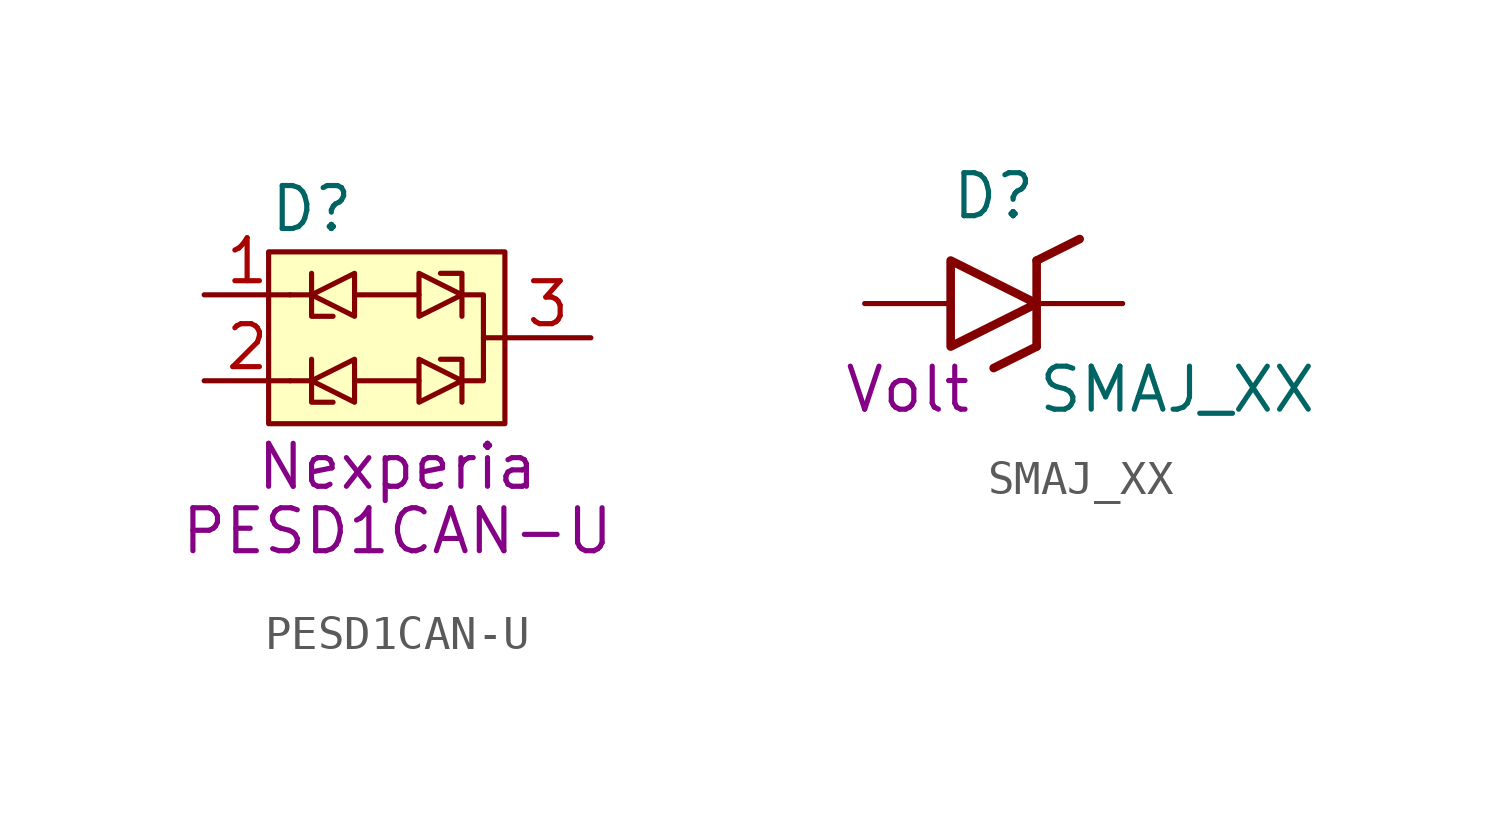
<source format=kicad_sym>
(kicad_symbol_lib
  (version 20211014)
  (generator kicad_symbol_editor)
  (symbol "PESD1CAN-U"
    (pin_names
      (offset 1.016))
    (property "Reference" "D"
      (at -3.81 3.81 0)
      (effects (font (size 1.27 1.27)) (justify left)))
    (property "Manufacturer" "Nexperia"
      (at 0 -3.81 0)
      (effects (font (size 1.27 1.27))))
    (property "MPN" "PESD1CAN-U"
      (at 0 -5.715 0)
      (effects (font (size 1.27 1.27))))
    (symbol "PESD1CAN-U_0_0"
      (pin bidirectional line (at -5.715 1.27 0) (length 2.54) (name "~" (effects (font (size 1.27 1.27)))) (number "1" (effects (font (size 1.27 1.27)))))
      (pin bidirectional line (at -5.715 -1.27 0) (length 2.54) (name "~" (effects (font (size 1.27 1.27)))) (number "2" (effects (font (size 1.27 1.27)))))
      (pin power_in line (at 5.715 0 180) (length 2.54) (name "~" (effects (font (size 1.27 1.27)))) (number "3" (effects (font (size 1.27 1.27))))))
    (symbol "PESD1CAN-U_0_1"
      (rectangle (start -3.81 2.54) (end 3.175 -2.54) (stroke (width 0) (type default) (color 0 0 0 0)) (fill (type background)))
      (polyline (pts (xy -2.54 -1.27) (xy -3.175 -1.27)) (stroke (width 0) (type default) (color 0 0 0 0)) (fill (type none)))
      (polyline (pts (xy -2.54 1.27) (xy -3.175 1.27)) (stroke (width 0) (type default) (color 0 0 0 0)) (fill (type none)))
      (polyline (pts (xy -1.27 -1.27) (xy 0.635 -1.27)) (stroke (width 0) (type default) (color 0 0 0 0)) (fill (type none)))
      (polyline (pts (xy -1.27 1.27) (xy 0.635 1.27)) (stroke (width 0) (type default) (color 0 0 0 0)) (fill (type none)))
      (polyline (pts (xy 2.54 0) (xy 3.175 0)) (stroke (width 0) (type default) (color 0 0 0 0)) (fill (type none)))
      (polyline (pts (xy -2.54 -0.635) (xy -2.54 -1.905) (xy -1.905 -1.905)) (stroke (width 0) (type default) (color 0 0 0 0)) (fill (type none)))
      (polyline (pts (xy -2.54 1.905) (xy -2.54 0.635) (xy -1.905 0.635)) (stroke (width 0) (type default) (color 0 0 0 0)) (fill (type none)))
      (polyline (pts (xy 1.905 -1.905) (xy 1.905 -0.635) (xy 1.27 -0.635)) (stroke (width 0) (type default) (color 0 0 0 0)) (fill (type none)))
      (polyline (pts (xy 1.905 0.635) (xy 1.905 1.905) (xy 1.27 1.905)) (stroke (width 0) (type default) (color 0 0 0 0)) (fill (type none)))
      (polyline (pts (xy -1.27 -0.635) (xy -1.27 -1.905) (xy -2.54 -1.27) (xy -1.27 -0.635)) (stroke (width 0) (type default) (color 0 0 0 0)) (fill (type none)))
      (polyline (pts (xy 0.635 -0.635) (xy 0.635 -1.905) (xy 1.905 -1.27) (xy 0.635 -0.635)) (stroke (width 0) (type default) (color 0 0 0 0)) (fill (type none)))
      (polyline (pts (xy 0.635 1.905) (xy 0.635 0.635) (xy 1.905 1.27) (xy 0.635 1.905)) (stroke (width 0) (type default) (color 0 0 0 0)) (fill (type none)))
      (polyline (pts (xy 1.905 1.27) (xy 2.54 1.27) (xy 2.54 -1.27) (xy 1.905 -1.27)) (stroke (width 0) (type default) (color 0 0 0 0)) (fill (type none)))
      (polyline (pts (xy -1.27 1.905) (xy -2.54 1.27) (xy -1.27 0.635) (xy -1.27 1.27) (xy -1.27 1.905)) (stroke (width 0) (type default) (color 0 0 0 0)) (fill (type none)))))
  (symbol "SMAJ_XX"
    (pin_numbers hide)
    (pin_names
      (offset 1.016) hide)
    (property "Reference" "D"
      (at 0 3.175 0)
      (effects (font (size 1.27 1.27))))
    (property "Value" "SMAJ_XX"
      (at 1.27 -2.54 0)
      (effects (font (size 1.27 1.27)) (justify left)))
    (property "Voltage" "Volt"
      (at -2.54 -2.54 0)
      (effects (font (size 1.27 1.27))))
    (symbol "SMAJ_XX_0_1"
      (polyline (pts (xy 1.27 -1.27) (xy 0 -1.905)) (stroke (width 0.254) (type default) (color 0 0 0 0)) (fill (type none))))
    (symbol "SMAJ_XX_1_1"
      (polyline (pts (xy 1.27 -1.27) (xy 1.27 1.27)) (stroke (width 0.254) (type default) (color 0 0 0 0)) (fill (type none)))
      (polyline (pts (xy 2.54 1.905) (xy 1.27 1.27)) (stroke (width 0.254) (type default) (color 0 0 0 0)) (fill (type none)))
      (polyline (pts (xy -1.27 1.27) (xy 1.27 0) (xy -1.27 -1.27) (xy -1.27 1.27)) (stroke (width 0.254) (type default) (color 0 0 0 0)) (fill (type none)))
      (pin passive line (at -3.81 0 0) (length 2.54) (name "A" (effects (font (size 1.27 1.27)))) (number "A" (effects (font (size 1.27 1.27)))))
      (pin passive line (at 3.81 0 180) (length 2.54) (name "C" (effects (font (size 1.27 1.27)))) (number "C" (effects (font (size 1.27 1.27))))))))
</source>
